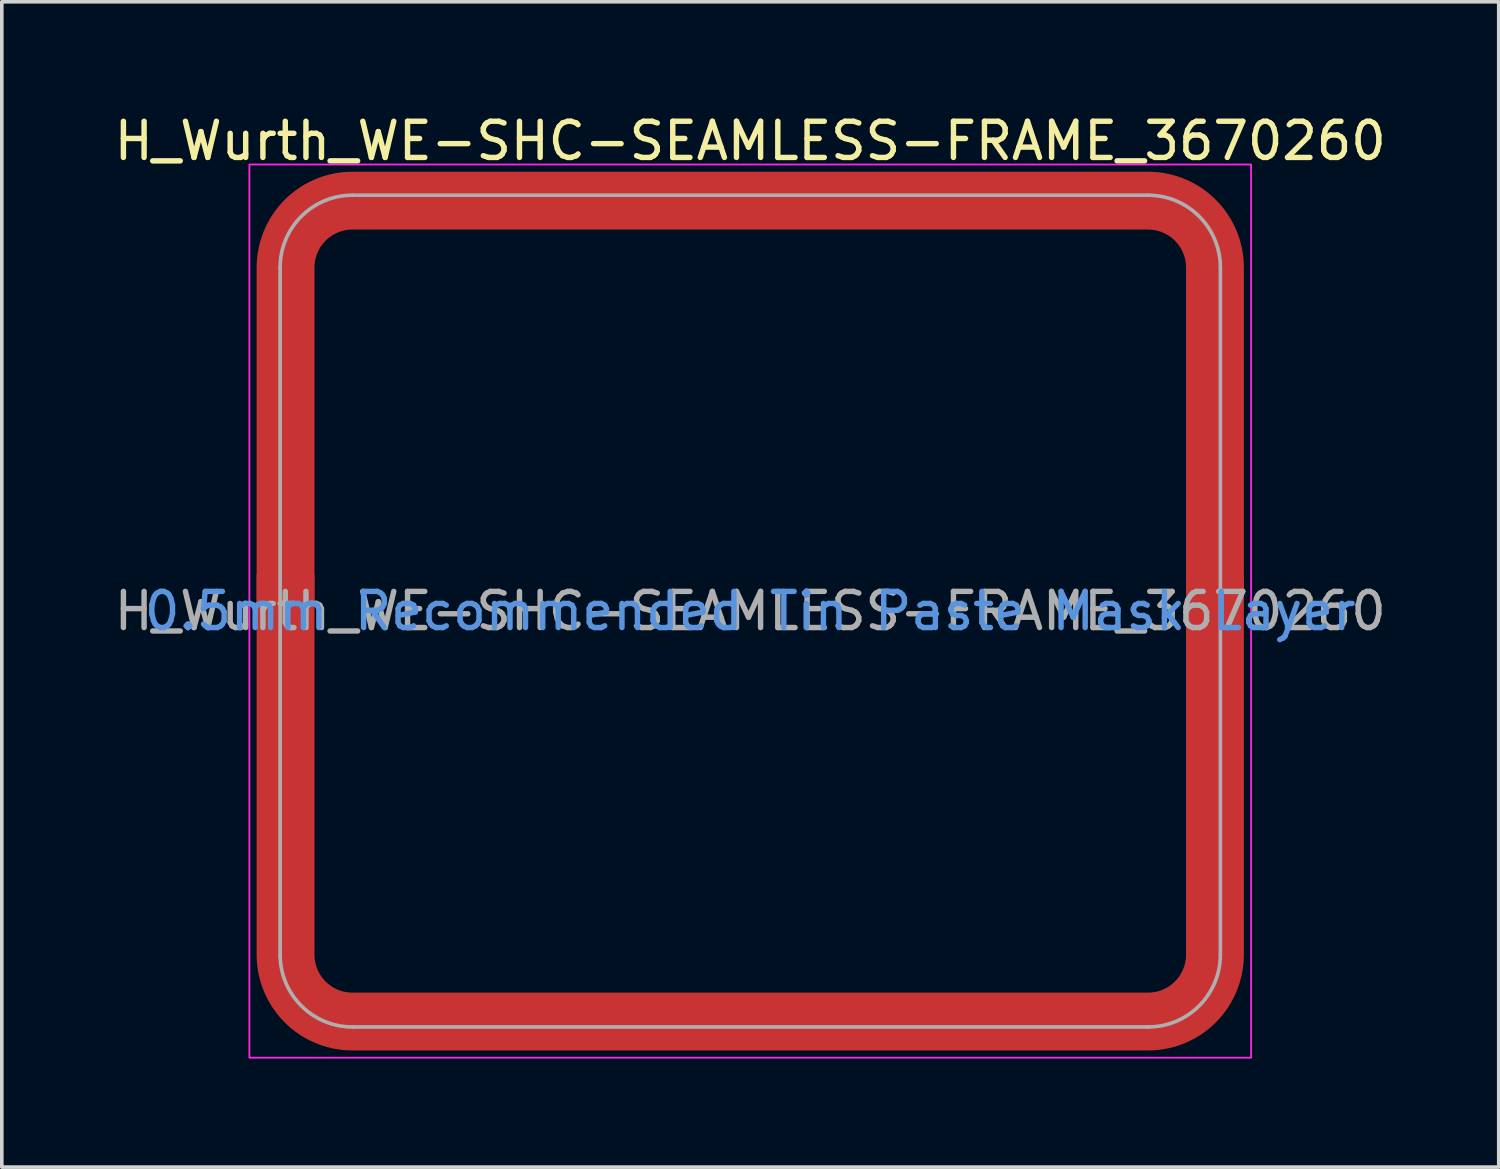
<source format=kicad_pcb>
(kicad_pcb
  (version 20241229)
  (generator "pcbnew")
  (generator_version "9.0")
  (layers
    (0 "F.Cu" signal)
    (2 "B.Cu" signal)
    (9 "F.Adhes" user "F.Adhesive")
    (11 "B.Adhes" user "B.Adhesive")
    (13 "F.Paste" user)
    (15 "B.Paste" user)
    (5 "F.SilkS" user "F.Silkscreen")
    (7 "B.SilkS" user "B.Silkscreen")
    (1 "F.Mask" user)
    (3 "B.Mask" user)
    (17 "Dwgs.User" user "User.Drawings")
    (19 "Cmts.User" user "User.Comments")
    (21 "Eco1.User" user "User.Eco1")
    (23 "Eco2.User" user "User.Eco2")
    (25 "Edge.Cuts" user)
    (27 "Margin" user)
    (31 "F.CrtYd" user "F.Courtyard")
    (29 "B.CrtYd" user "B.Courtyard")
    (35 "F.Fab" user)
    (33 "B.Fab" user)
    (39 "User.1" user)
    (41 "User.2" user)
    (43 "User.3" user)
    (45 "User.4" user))
  (footprint "H_Wurth_WE-SHC-SEAMLESS-FRAME_3670260"
    (layer "F.Cu")
    (at 17.696 13.848)
    (property "Reference" "H_Wurth_WE-SHC-SEAMLESS-FRAME_3670260" (at 0 -13 0) (unlocked yes) (layer "F.SilkS") (effects (font (size 1 1) (thickness 0.15))))
    (attr smd)
    (fp_poly (pts (xy -12.1 -0.25) (xy -13.6 -0.25) (xy -13.6 -9.5) (xy -13.596 -9.636) (xy -13.586 -9.772) (xy -13.568 -9.907) (xy -13.543 -10.041) (xy -13.511 -10.173) (xy -13.473 -10.303) (xy -13.427 -10.432) (xy -13.375 -10.558) (xy -13.317 -10.68) (xy -13.252 -10.8) (xy -13.181 -10.916) (xy -13.103 -11.028) (xy -13.021 -11.136) (xy -12.932 -11.24) (xy -12.838 -11.338) (xy -12.74 -11.432) (xy -12.636 -11.521) (xy -12.528 -11.603) (xy -12.416 -11.681) (xy -12.3 -11.752) (xy -12.18 -11.817) (xy -12.058 -11.875) (xy -11.932 -11.927) (xy -11.803 -11.973) (xy -11.673 -12.011) (xy -11.541 -12.043) (xy -11.407 -12.068) (xy -11.272 -12.086) (xy -11.136 -12.096) (xy -11 -12.1) (xy 11 -12.1) (xy 11.136 -12.096) (xy 11.272 -12.086) (xy 11.407 -12.068) (xy 11.541 -12.043) (xy 11.673 -12.011) (xy 11.803 -11.973) (xy 11.932 -11.927) (xy 12.058 -11.875) (xy 12.18 -11.817) (xy 12.3 -11.752) (xy 12.416 -11.681) (xy 12.528 -11.603) (xy 12.636 -11.521) (xy 12.74 -11.432) (xy 12.838 -11.338) (xy 12.932 -11.24) (xy 13.021 -11.136) (xy 13.103 -11.028) (xy 13.181 -10.916) (xy 13.252 -10.8) (xy 13.317 -10.68) (xy 13.375 -10.558) (xy 13.427 -10.432) (xy 13.473 -10.303) (xy 13.511 -10.173) (xy 13.543 -10.041) (xy 13.568 -9.907) (xy 13.586 -9.772) (xy 13.596 -9.636) (xy 13.6 -9.5) (xy 13.6 -0.25) (xy 12.1 -0.25) (xy 12.1 -9.5) (xy 12.098 -9.558) (xy 12.094 -9.615) (xy 12.086 -9.672) (xy 12.076 -9.729) (xy 12.063 -9.785) (xy 12.046 -9.84) (xy 12.027 -9.894) (xy 12.005 -9.947) (xy 11.98 -9.999) (xy 11.953 -10.05) (xy 11.923 -10.099) (xy 11.89 -10.147) (xy 11.855 -10.192) (xy 11.817 -10.236) (xy 11.778 -10.278) (xy 11.736 -10.317) (xy 11.692 -10.355) (xy 11.647 -10.39) (xy 11.599 -10.423) (xy 11.55 -10.453) (xy 11.499 -10.48) (xy 11.447 -10.505) (xy 11.394 -10.527) (xy 11.34 -10.546) (xy 11.285 -10.563) (xy 11.229 -10.576) (xy 11.172 -10.586) (xy 11.115 -10.594) (xy 11.058 -10.598) (xy 11 -10.6) (xy -11 -10.6) (xy -11.058 -10.598) (xy -11.115 -10.594) (xy -11.172 -10.586) (xy -11.229 -10.576) (xy -11.285 -10.563) (xy -11.34 -10.546) (xy -11.394 -10.527) (xy -11.447 -10.505) (xy -11.499 -10.48) (xy -11.55 -10.453) (xy -11.599 -10.423) (xy -11.647 -10.39) (xy -11.692 -10.355) (xy -11.736 -10.317) (xy -11.778 -10.278) (xy -11.817 -10.236) (xy -11.855 -10.192) (xy -11.89 -10.147) (xy -11.923 -10.099) (xy -11.953 -10.05) (xy -11.98 -9.999) (xy -12.005 -9.947) (xy -12.027 -9.894) (xy -12.046 -9.84) (xy -12.063 -9.785) (xy -12.076 -9.729) (xy -12.086 -9.672) (xy -12.094 -9.615) (xy -12.098 -9.558) (xy -12.1 -9.5) (xy -12.1 -0.25)) (stroke (width 0.1) (type solid)) (fill yes) (layer "F.Cu"))
    (fp_poly (pts (xy -12.1 -0.25) (xy -13.6 -0.25) (xy -13.6 -9.5) (xy -13.596 -9.636) (xy -13.586 -9.772) (xy -13.568 -9.907) (xy -13.543 -10.041) (xy -13.511 -10.173) (xy -13.473 -10.303) (xy -13.427 -10.432) (xy -13.375 -10.558) (xy -13.317 -10.68) (xy -13.252 -10.8) (xy -13.181 -10.916) (xy -13.103 -11.028) (xy -13.021 -11.136) (xy -12.932 -11.24) (xy -12.838 -11.338) (xy -12.74 -11.432) (xy -12.636 -11.521) (xy -12.528 -11.603) (xy -12.416 -11.681) (xy -12.3 -11.752) (xy -12.18 -11.817) (xy -12.058 -11.875) (xy -11.932 -11.927) (xy -11.803 -11.973) (xy -11.673 -12.011) (xy -11.541 -12.043) (xy -11.407 -12.068) (xy -11.272 -12.086) (xy -11.136 -12.096) (xy -11 -12.1) (xy 11 -12.1) (xy 11.136 -12.096) (xy 11.272 -12.086) (xy 11.407 -12.068) (xy 11.541 -12.043) (xy 11.673 -12.011) (xy 11.803 -11.973) (xy 11.932 -11.927) (xy 12.058 -11.875) (xy 12.18 -11.817) (xy 12.3 -11.752) (xy 12.416 -11.681) (xy 12.528 -11.603) (xy 12.636 -11.521) (xy 12.74 -11.432) (xy 12.838 -11.338) (xy 12.932 -11.24) (xy 13.021 -11.136) (xy 13.103 -11.028) (xy 13.181 -10.916) (xy 13.252 -10.8) (xy 13.317 -10.68) (xy 13.375 -10.558) (xy 13.427 -10.432) (xy 13.473 -10.303) (xy 13.511 -10.173) (xy 13.543 -10.041) (xy 13.568 -9.907) (xy 13.586 -9.772) (xy 13.596 -9.636) (xy 13.6 -9.5) (xy 13.6 -0.25) (xy 12.1 -0.25) (xy 12.1 -9.5) (xy 12.098 -9.558) (xy 12.094 -9.615) (xy 12.086 -9.672) (xy 12.076 -9.729) (xy 12.063 -9.785) (xy 12.046 -9.84) (xy 12.027 -9.894) (xy 12.005 -9.947) (xy 11.98 -9.999) (xy 11.953 -10.05) (xy 11.923 -10.099) (xy 11.89 -10.147) (xy 11.855 -10.192) (xy 11.817 -10.236) (xy 11.778 -10.278) (xy 11.736 -10.317) (xy 11.692 -10.355) (xy 11.647 -10.39) (xy 11.599 -10.423) (xy 11.55 -10.453) (xy 11.499 -10.48) (xy 11.447 -10.505) (xy 11.394 -10.527) (xy 11.34 -10.546) (xy 11.285 -10.563) (xy 11.229 -10.576) (xy 11.172 -10.586) (xy 11.115 -10.594) (xy 11.058 -10.598) (xy 11 -10.6) (xy -11 -10.6) (xy -11.058 -10.598) (xy -11.115 -10.594) (xy -11.172 -10.586) (xy -11.229 -10.576) (xy -11.285 -10.563) (xy -11.34 -10.546) (xy -11.394 -10.527) (xy -11.447 -10.505) (xy -11.499 -10.48) (xy -11.55 -10.453) (xy -11.599 -10.423) (xy -11.647 -10.39) (xy -11.692 -10.355) (xy -11.736 -10.317) (xy -11.778 -10.278) (xy -11.817 -10.236) (xy -11.855 -10.192) (xy -11.89 -10.147) (xy -11.923 -10.099) (xy -11.953 -10.05) (xy -11.98 -9.999) (xy -12.005 -9.947) (xy -12.027 -9.894) (xy -12.046 -9.84) (xy -12.063 -9.785) (xy -12.076 -9.729) (xy -12.086 -9.672) (xy -12.094 -9.615) (xy -12.098 -9.558) (xy -12.1 -9.5) (xy -12.1 -0.25)) (stroke (width 0.1) (type solid)) (fill yes) (layer "F.Mask"))
    (fp_poly (pts (xy -12.1 -0.25) (xy -13.6 -0.25) (xy -13.6 -9.5) (xy -13.596 -9.636) (xy -13.586 -9.772) (xy -13.568 -9.907) (xy -13.543 -10.041) (xy -13.511 -10.173) (xy -13.473 -10.303) (xy -13.427 -10.432) (xy -13.375 -10.558) (xy -13.317 -10.68) (xy -13.252 -10.8) (xy -13.181 -10.916) (xy -13.103 -11.028) (xy -13.021 -11.136) (xy -12.932 -11.24) (xy -12.838 -11.338) (xy -12.74 -11.432) (xy -12.636 -11.521) (xy -12.528 -11.603) (xy -12.416 -11.681) (xy -12.3 -11.752) (xy -12.18 -11.817) (xy -12.058 -11.875) (xy -11.932 -11.927) (xy -11.803 -11.973) (xy -11.673 -12.011) (xy -11.541 -12.043) (xy -11.407 -12.068) (xy -11.272 -12.086) (xy -11.136 -12.096) (xy -11 -12.1) (xy 11 -12.1) (xy 11.136 -12.096) (xy 11.272 -12.086) (xy 11.407 -12.068) (xy 11.541 -12.043) (xy 11.673 -12.011) (xy 11.803 -11.973) (xy 11.932 -11.927) (xy 12.058 -11.875) (xy 12.18 -11.817) (xy 12.3 -11.752) (xy 12.416 -11.681) (xy 12.528 -11.603) (xy 12.636 -11.521) (xy 12.74 -11.432) (xy 12.838 -11.338) (xy 12.932 -11.24) (xy 13.021 -11.136) (xy 13.103 -11.028) (xy 13.181 -10.916) (xy 13.252 -10.8) (xy 13.317 -10.68) (xy 13.375 -10.558) (xy 13.427 -10.432) (xy 13.473 -10.303) (xy 13.511 -10.173) (xy 13.543 -10.041) (xy 13.568 -9.907) (xy 13.586 -9.772) (xy 13.596 -9.636) (xy 13.6 -9.5) (xy 13.6 -0.25) (xy 12.1 -0.25) (xy 12.1 -9.5) (xy 12.098 -9.558) (xy 12.094 -9.615) (xy 12.086 -9.672) (xy 12.076 -9.729) (xy 12.063 -9.785) (xy 12.046 -9.84) (xy 12.027 -9.894) (xy 12.005 -9.947) (xy 11.98 -9.999) (xy 11.953 -10.05) (xy 11.923 -10.099) (xy 11.89 -10.147) (xy 11.855 -10.192) (xy 11.817 -10.236) (xy 11.778 -10.278) (xy 11.736 -10.317) (xy 11.692 -10.355) (xy 11.647 -10.39) (xy 11.599 -10.423) (xy 11.55 -10.453) (xy 11.499 -10.48) (xy 11.447 -10.505) (xy 11.394 -10.527) (xy 11.34 -10.546) (xy 11.285 -10.563) (xy 11.229 -10.576) (xy 11.172 -10.586) (xy 11.115 -10.594) (xy 11.058 -10.598) (xy 11 -10.6) (xy -11 -10.6) (xy -11.058 -10.598) (xy -11.115 -10.594) (xy -11.172 -10.586) (xy -11.229 -10.576) (xy -11.285 -10.563) (xy -11.34 -10.546) (xy -11.394 -10.527) (xy -11.447 -10.505) (xy -11.499 -10.48) (xy -11.55 -10.453) (xy -11.599 -10.423) (xy -11.647 -10.39) (xy -11.692 -10.355) (xy -11.736 -10.317) (xy -11.778 -10.278) (xy -11.817 -10.236) (xy -11.855 -10.192) (xy -11.89 -10.147) (xy -11.923 -10.099) (xy -11.953 -10.05) (xy -11.98 -9.999) (xy -12.005 -9.947) (xy -12.027 -9.894) (xy -12.046 -9.84) (xy -12.063 -9.785) (xy -12.076 -9.729) (xy -12.086 -9.672) (xy -12.094 -9.615) (xy -12.098 -9.558) (xy -12.1 -9.5) (xy -12.1 -0.25)) (stroke (width 0.1) (type solid)) (fill yes) (layer "F.Paste"))
    (fp_rect (start -13.85 -12.35) (end 13.85 12.35) (stroke (width 0.05) (type solid)) (fill no) (layer "F.CrtYd"))
    (fp_line (start -13 9.5) (end -13 -9.5) (stroke (width 0.1) (type solid)) (layer "F.Fab"))
    (fp_line (start -11 -11.5) (end 11 -11.5) (stroke (width 0.1) (type solid)) (layer "F.Fab"))
    (fp_line (start -11 11.5) (end 11 11.5) (stroke (width 0.1) (type solid)) (layer "F.Fab"))
    (fp_line (start 13 9.5) (end 13 -9.5) (stroke (width 0.1) (type solid)) (layer "F.Fab"))
    (fp_arc (start -13 -9.5) (mid -12.414214 -10.914214) (end -11 -11.5) (stroke (width 0.1) (type default)) (layer "F.Fab"))
    (fp_arc (start -11 11.5) (mid -12.414214 10.914214) (end -13 9.5) (stroke (width 0.1) (type default)) (layer "F.Fab"))
    (fp_arc (start 11 -11.5) (mid 12.414214 -10.914214) (end 13 -9.5) (stroke (width 0.1) (type default)) (layer "F.Fab"))
    (fp_arc (start 13 9.5) (mid 12.414214 10.914214) (end 11 11.5) (stroke (width 0.1) (type default)) (layer "F.Fab"))
    (fp_text user "0.5mm Recommended Tin Paste Mask Layer" (at 0 0 0) (unlocked yes) (layer "Cmts.User") (effects (font (size 1 1) (thickness 0.15))))
    (fp_text user "${REFERENCE}" (at 0 0 0) (unlocked yes) (layer "F.Fab") (effects (font (size 1 1) (thickness 0.15))))
    (pad "1" smd custom (at -12.85 0) (size 1.5 19) (layers "F.Cu" "F.Mask" "F.Paste") (options (anchor rect)) (primitives (gr_poly (pts (xy 24.95 -1) (xy 26.45 -1) (xy 26.45 9.5) (xy 26.446 9.636) (xy 26.436 9.772) (xy 26.418 9.907) (xy 26.393 10.041) (xy 26.361 10.173) (xy 26.323 10.303) (xy 26.277 10.432) (xy 26.225 10.558) (xy 26.167 10.68) (xy 26.102 10.8) (xy 26.031 10.916) (xy 25.953 11.028) (xy 25.871 11.136) (xy 25.782 11.24) (xy 25.688 11.338) (xy 25.59 11.432) (xy 25.486 11.521) (xy 25.378 11.603) (xy 25.266 11.681) (xy 25.15 11.752) (xy 25.03 11.817) (xy 24.908 11.875) (xy 24.782 11.927) (xy 24.653 11.973) (xy 24.523 12.011) (xy 24.391 12.043) (xy 24.257 12.068) (xy 24.122 12.086) (xy 23.986 12.096) (xy 23.85 12.1) (xy 1.85 12.1) (xy 1.714 12.096) (xy 1.578 12.086) (xy 1.443 12.068) (xy 1.309 12.043) (xy 1.177 12.011) (xy 1.047 11.973) (xy 0.918 11.927) (xy 0.792 11.875) (xy 0.67 11.817) (xy 0.55 11.752) (xy 0.434 11.681) (xy 0.322 11.603) (xy 0.214 11.521) (xy 0.11 11.432) (xy 0.012 11.338) (xy -0.082 11.24) (xy -0.171 11.136) (xy -0.253 11.028) (xy -0.331 10.916) (xy -0.402 10.8) (xy -0.467 10.68) (xy -0.525 10.558) (xy -0.577 10.432) (xy -0.623 10.303) (xy -0.661 10.173) (xy -0.693 10.041) (xy -0.718 9.907) (xy -0.736 9.772) (xy -0.746 9.636) (xy -0.75 9.5) (xy -0.75 -1) (xy 0.75 -1) (xy 0.75 9.5) (xy 0.752 9.558) (xy 0.756 9.615) (xy 0.764 9.672) (xy 0.774 9.729) (xy 0.787 9.785) (xy 0.804 9.84) (xy 0.823 9.894) (xy 0.845 9.947) (xy 0.87 9.999) (xy 0.897 10.05) (xy 0.927 10.099) (xy 0.96 10.147) (xy 0.995 10.192) (xy 1.033 10.236) (xy 1.072 10.278) (xy 1.114 10.317) (xy 1.158 10.355) (xy 1.203 10.39) (xy 1.251 10.423) (xy 1.3 10.453) (xy 1.351 10.48) (xy 1.403 10.505) (xy 1.456 10.527) (xy 1.51 10.546) (xy 1.565 10.563) (xy 1.621 10.576) (xy 1.678 10.586) (xy 1.735 10.594) (xy 1.792 10.598) (xy 1.85 10.6) (xy 23.85 10.6) (xy 23.908 10.598) (xy 23.965 10.594) (xy 24.022 10.586) (xy 24.079 10.576) (xy 24.135 10.563) (xy 24.19 10.546) (xy 24.244 10.527) (xy 24.297 10.505) (xy 24.349 10.48) (xy 24.4 10.453) (xy 24.449 10.423) (xy 24.497 10.39) (xy 24.542 10.355) (xy 24.586 10.317) (xy 24.628 10.278) (xy 24.667 10.236) (xy 24.705 10.192) (xy 24.74 10.147) (xy 24.773 10.099) (xy 24.803 10.05) (xy 24.83 9.999) (xy 24.855 9.947) (xy 24.877 9.894) (xy 24.896 9.84) (xy 24.913 9.785) (xy 24.926 9.729) (xy 24.936 9.672) (xy 24.944 9.615) (xy 24.948 9.558) (xy 24.95 9.5) (xy 24.95 -1)) (width 0.1) (fill yes)))))
  (gr_rect
    (start -3 -3)
    (end 38.393 29.223)
    (stroke (width 0.1) (type default))
    (fill no)
    (layer "Edge.Cuts")))
</source>
